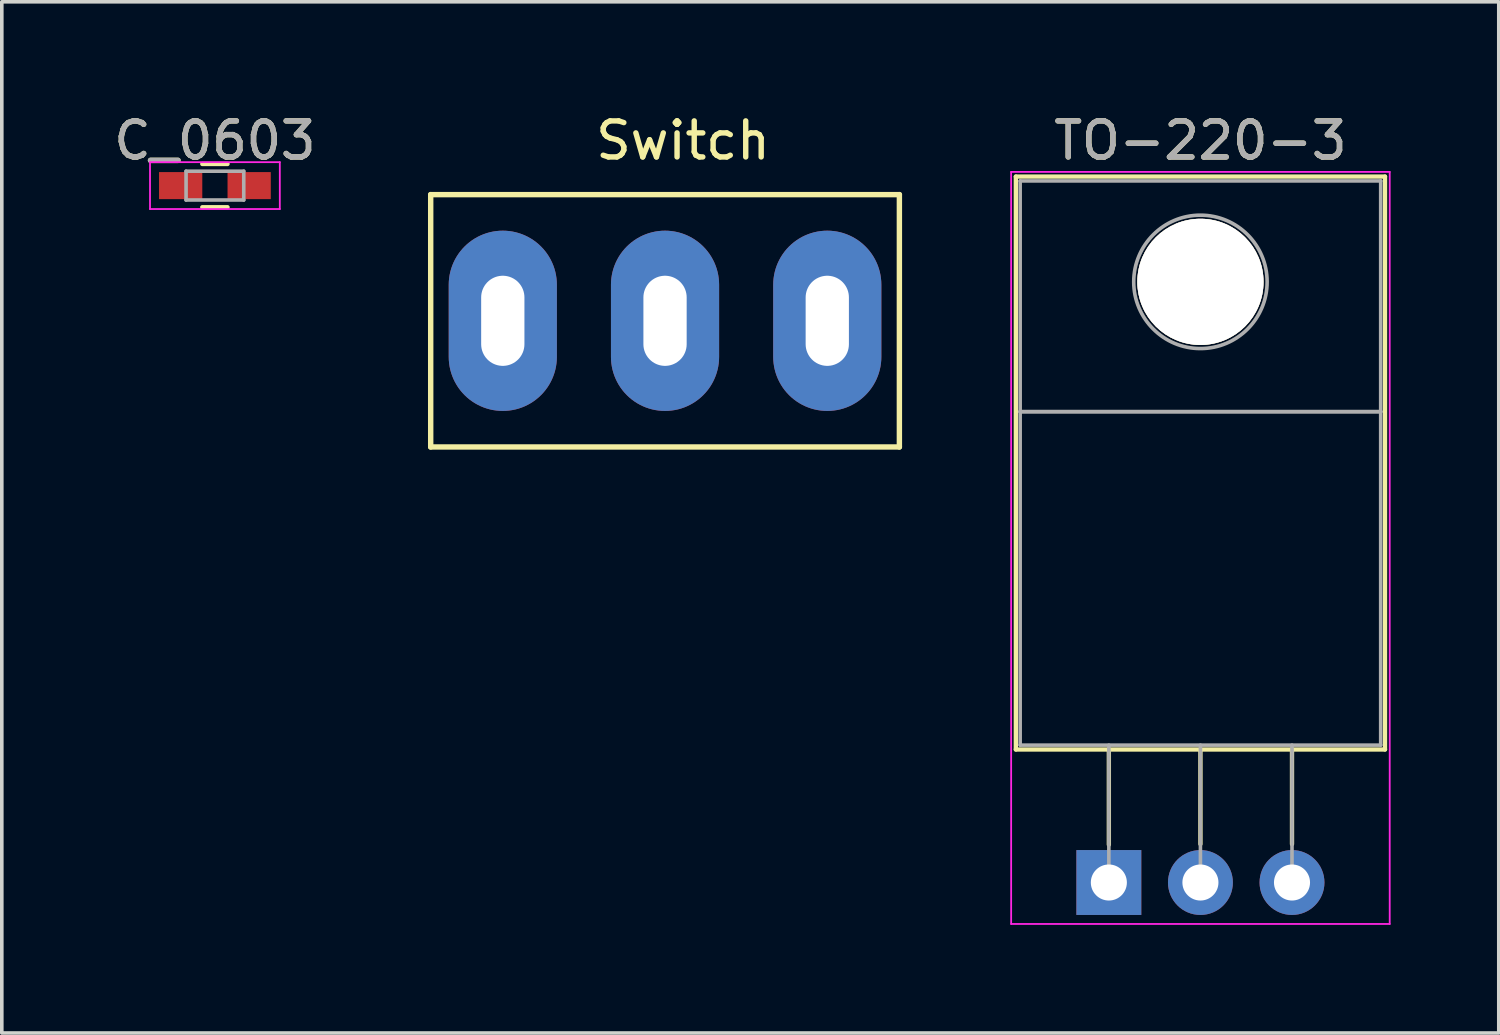
<source format=kicad_pcb>
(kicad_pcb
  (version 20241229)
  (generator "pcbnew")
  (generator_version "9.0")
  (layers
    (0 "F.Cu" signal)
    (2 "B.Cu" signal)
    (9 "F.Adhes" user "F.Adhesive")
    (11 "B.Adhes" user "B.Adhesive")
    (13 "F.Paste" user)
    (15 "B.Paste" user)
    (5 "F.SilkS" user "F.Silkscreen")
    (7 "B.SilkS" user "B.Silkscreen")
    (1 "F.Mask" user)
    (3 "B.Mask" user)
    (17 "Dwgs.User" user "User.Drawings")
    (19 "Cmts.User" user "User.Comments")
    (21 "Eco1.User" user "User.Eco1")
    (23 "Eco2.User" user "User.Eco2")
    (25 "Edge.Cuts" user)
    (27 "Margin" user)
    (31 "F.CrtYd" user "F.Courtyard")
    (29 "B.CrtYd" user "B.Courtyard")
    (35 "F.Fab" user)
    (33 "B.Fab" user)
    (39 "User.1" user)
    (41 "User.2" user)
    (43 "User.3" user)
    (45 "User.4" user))
  (footprint "TO-220-3"
    (layer "F.Cu")
    (at 27.706 21.428)
    (property "Reference" "TO-220-3" (at 2.54 -20.58 0) (layer "F.SilkS") (effects (font (size 1 1) (thickness 0.15))))
    (attr through_hole)
    (fp_line (start -2.58 -19.58) (end -2.58 -3.69) (stroke (width 0.12) (type solid)) (layer "F.SilkS"))
    (fp_line (start -2.58 -19.58) (end 7.66 -19.58) (stroke (width 0.12) (type solid)) (layer "F.SilkS"))
    (fp_line (start -2.58 -3.69) (end 7.66 -3.69) (stroke (width 0.12) (type solid)) (layer "F.SilkS"))
    (fp_line (start 0 -3.69) (end 0 -1.05) (stroke (width 0.12) (type solid)) (layer "F.SilkS"))
    (fp_line (start 2.54 -3.69) (end 2.54 -1.066) (stroke (width 0.12) (type solid)) (layer "F.SilkS"))
    (fp_line (start 5.08 -3.69) (end 5.08 -1.066) (stroke (width 0.12) (type solid)) (layer "F.SilkS"))
    (fp_line (start 7.66 -19.58) (end 7.66 -3.69) (stroke (width 0.12) (type solid)) (layer "F.SilkS"))
    (fp_line (start -2.71 -19.71) (end -2.71 1.15) (stroke (width 0.05) (type solid)) (layer "F.CrtYd"))
    (fp_line (start -2.71 1.15) (end 7.79 1.15) (stroke (width 0.05) (type solid)) (layer "F.CrtYd"))
    (fp_line (start 7.79 -19.71) (end -2.71 -19.71) (stroke (width 0.05) (type solid)) (layer "F.CrtYd"))
    (fp_line (start 7.79 1.15) (end 7.79 -19.71) (stroke (width 0.05) (type solid)) (layer "F.CrtYd"))
    (fp_line (start -2.46 -19.46) (end 7.54 -19.46) (stroke (width 0.1) (type solid)) (layer "F.Fab"))
    (fp_line (start -2.46 -13.06) (end -2.46 -19.46) (stroke (width 0.1) (type solid)) (layer "F.Fab"))
    (fp_line (start -2.46 -13.06) (end 7.54 -13.06) (stroke (width 0.1) (type solid)) (layer "F.Fab"))
    (fp_line (start -2.46 -3.81) (end -2.46 -13.06) (stroke (width 0.1) (type solid)) (layer "F.Fab"))
    (fp_line (start 0 -3.81) (end 0 0) (stroke (width 0.1) (type solid)) (layer "F.Fab"))
    (fp_line (start 2.54 -3.81) (end 2.54 0) (stroke (width 0.1) (type solid)) (layer "F.Fab"))
    (fp_line (start 5.08 -3.81) (end 5.08 0) (stroke (width 0.1) (type solid)) (layer "F.Fab"))
    (fp_line (start 7.54 -19.46) (end 7.54 -13.06) (stroke (width 0.1) (type solid)) (layer "F.Fab"))
    (fp_line (start 7.54 -13.06) (end -2.46 -13.06) (stroke (width 0.1) (type solid)) (layer "F.Fab"))
    (fp_line (start 7.54 -13.06) (end 7.54 -3.81) (stroke (width 0.1) (type solid)) (layer "F.Fab"))
    (fp_line (start 7.54 -3.81) (end -2.46 -3.81) (stroke (width 0.1) (type solid)) (layer "F.Fab"))
    (fp_circle (center 2.54 -16.66) (end 4.39 -16.66) (stroke (width 0.1) (type solid)) (fill no) (layer "F.Fab"))
    (fp_text user "${REFERENCE}" (at 2.54 -20.58 0) (layer "F.Fab") (effects (font (size 1 1) (thickness 0.15))))
    (pad "0" thru_hole circle (at 2.54 -16.66) (size 3.5 3.5) (drill 3.5) (layers "*.Cu" "*.Mask" "F.SilkS"))
    (pad "D" thru_hole oval (at 5.08 0) (size 1.8 1.8) (drill 1) (layers "*.Cu" "*.Mask"))
    (pad "G" thru_hole rect (at 0 0) (size 1.8 1.8) (drill 1) (layers "*.Cu" "*.Mask"))
    (pad "S" thru_hole oval (at 2.54 0) (size 1.8 1.8) (drill 1) (layers "*.Cu" "*.Mask")))
  (footprint "C_0603"
    (layer "F.Cu")
    (at 2.911 2.098)
    (property "Reference" "C_0603" (at 0 -1.25 0) (layer "F.SilkS") (effects (font (size 1 1) (thickness 0.15))))
    (attr smd)
    (fp_line (start -0.35 -0.6) (end 0.35 -0.6) (stroke (width 0.12) (type solid)) (layer "F.SilkS"))
    (fp_line (start 0.35 0.6) (end -0.35 0.6) (stroke (width 0.12) (type solid)) (layer "F.SilkS"))
    (fp_line (start -1.8 -0.65) (end -1.8 0.65) (stroke (width 0.05) (type solid)) (layer "F.CrtYd"))
    (fp_line (start -1.8 -0.65) (end 1.8 -0.65) (stroke (width 0.05) (type solid)) (layer "F.CrtYd"))
    (fp_line (start 1.8 0.65) (end -1.8 0.65) (stroke (width 0.05) (type solid)) (layer "F.CrtYd"))
    (fp_line (start 1.8 0.65) (end 1.8 -0.65) (stroke (width 0.05) (type solid)) (layer "F.CrtYd"))
    (fp_line (start -0.8 -0.4) (end 0.8 -0.4) (stroke (width 0.1) (type solid)) (layer "F.Fab"))
    (fp_line (start -0.8 0.4) (end -0.8 -0.4) (stroke (width 0.1) (type solid)) (layer "F.Fab"))
    (fp_line (start 0.8 -0.4) (end 0.8 0.4) (stroke (width 0.1) (type solid)) (layer "F.Fab"))
    (fp_line (start 0.8 0.4) (end -0.8 0.4) (stroke (width 0.1) (type solid)) (layer "F.Fab"))
    (fp_text user "${REFERENCE}" (at 0 -1.25 0) (layer "F.Fab") (effects (font (size 1 1) (thickness 0.15))))
    (pad "1" smd rect (at -0.95 0) (size 1.2 0.75) (layers "F.Cu" "F.Mask" "F.Paste"))
    (pad "2" smd rect (at 0.95 0) (size 1.2 0.75) (layers "F.Cu" "F.Mask" "F.Paste")))
  (footprint "Switch"
    (layer "F.Cu")
    (at 10.896 5.848)
    (property "Reference" "Switch" (at 5 -5 0) (layer "F.SilkS") (effects (font (size 1 1) (thickness 0.15))))
    (attr through_hole)
    (fp_line (start -2 -3.5) (end 11 -3.5) (stroke (width 0.15) (type solid)) (layer "F.SilkS"))
    (fp_line (start -2 3.5) (end -2 -3.5) (stroke (width 0.15) (type solid)) (layer "F.SilkS"))
    (fp_line (start 11 -3.5) (end 11 3.5) (stroke (width 0.15) (type solid)) (layer "F.SilkS"))
    (fp_line (start 11 3.5) (end -2 3.5) (stroke (width 0.15) (type solid)) (layer "F.SilkS"))
    (pad "" thru_hole oval (at 9 0) (size 3 5) (drill oval 1.2 2.5) (layers "*.Cu" "*.Mask"))
    (pad "1" thru_hole oval (at 0 0) (size 3 5) (drill oval 1.2 2.5) (layers "*.Cu" "*.Mask"))
    (pad "2" thru_hole oval (at 4.5 0) (size 3 5) (drill oval 1.2 2.5) (layers "*.Cu" "*.Mask")))
  (gr_rect
    (start -3 -3)
    (end 38.521 25.603)
    (stroke (width 0.1) (type default))
    (fill no)
    (layer "Edge.Cuts")))
</source>
